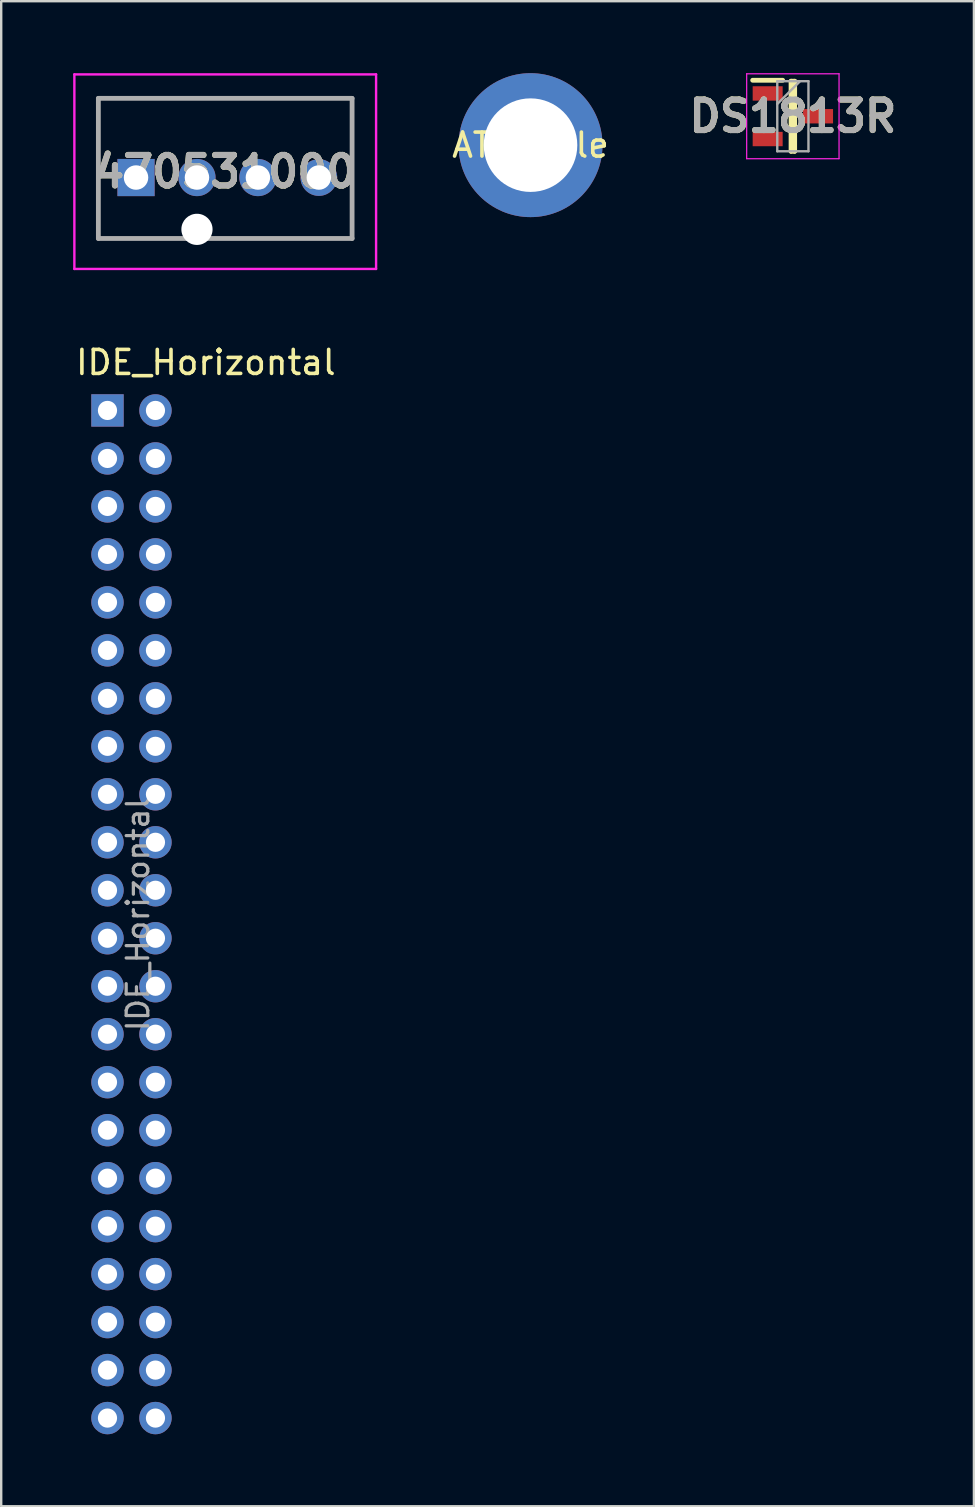
<source format=kicad_pcb>
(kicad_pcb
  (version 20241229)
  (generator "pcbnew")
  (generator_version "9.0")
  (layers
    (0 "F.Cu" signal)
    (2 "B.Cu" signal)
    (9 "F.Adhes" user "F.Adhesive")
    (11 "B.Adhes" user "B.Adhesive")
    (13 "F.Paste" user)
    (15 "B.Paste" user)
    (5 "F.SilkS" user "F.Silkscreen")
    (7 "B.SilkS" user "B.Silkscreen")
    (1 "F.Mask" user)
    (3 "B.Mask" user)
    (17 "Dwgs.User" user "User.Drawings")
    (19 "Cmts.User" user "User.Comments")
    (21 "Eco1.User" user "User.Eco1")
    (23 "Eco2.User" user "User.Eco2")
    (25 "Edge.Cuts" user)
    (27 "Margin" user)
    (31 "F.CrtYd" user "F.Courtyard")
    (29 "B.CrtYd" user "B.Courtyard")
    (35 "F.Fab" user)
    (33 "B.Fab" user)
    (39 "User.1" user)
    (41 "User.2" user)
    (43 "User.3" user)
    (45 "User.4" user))
  (footprint "IDE_Horizontal"
    (layer "F.Cu")
    (at 1.43 14.058)
    (property "Reference" "IDE_Horizontal" (at 4.1 -2 0) (layer "F.SilkS") (effects (font (size 1 1) (thickness 0.15))))
    (attr through_hole)
    (fp_text user "${REFERENCE}" (at 1.27 21 270) (layer "F.Fab") (effects (font (size 0.9 0.9) (thickness 0.135))))
    (pad "1" thru_hole rect (at 0 0) (size 1.35 1.35) (drill 0.8) (layers "*.Cu" "*.Mask"))
    (pad "2" thru_hole oval (at 2 0) (size 1.35 1.35) (drill 0.8) (layers "*.Cu" "*.Mask"))
    (pad "3" thru_hole oval (at 0 2) (size 1.35 1.35) (drill 0.8) (layers "*.Cu" "*.Mask"))
    (pad "4" thru_hole oval (at 2 2) (size 1.35 1.35) (drill 0.8) (layers "*.Cu" "*.Mask"))
    (pad "5" thru_hole oval (at 0 4) (size 1.35 1.35) (drill 0.8) (layers "*.Cu" "*.Mask"))
    (pad "6" thru_hole oval (at 2 4) (size 1.35 1.35) (drill 0.8) (layers "*.Cu" "*.Mask"))
    (pad "7" thru_hole oval (at 0 6) (size 1.35 1.35) (drill 0.8) (layers "*.Cu" "*.Mask"))
    (pad "8" thru_hole oval (at 2 6) (size 1.35 1.35) (drill 0.8) (layers "*.Cu" "*.Mask"))
    (pad "9" thru_hole oval (at 0 8) (size 1.35 1.35) (drill 0.8) (layers "*.Cu" "*.Mask"))
    (pad "10" thru_hole oval (at 2 8) (size 1.35 1.35) (drill 0.8) (layers "*.Cu" "*.Mask"))
    (pad "11" thru_hole oval (at 0 10) (size 1.35 1.35) (drill 0.8) (layers "*.Cu" "*.Mask"))
    (pad "12" thru_hole oval (at 2 10) (size 1.35 1.35) (drill 0.8) (layers "*.Cu" "*.Mask"))
    (pad "13" thru_hole oval (at 0 12) (size 1.35 1.35) (drill 0.8) (layers "*.Cu" "*.Mask"))
    (pad "14" thru_hole oval (at 2 12) (size 1.35 1.35) (drill 0.8) (layers "*.Cu" "*.Mask"))
    (pad "15" thru_hole oval (at 0 14) (size 1.35 1.35) (drill 0.8) (layers "*.Cu" "*.Mask"))
    (pad "16" thru_hole oval (at 2 14) (size 1.35 1.35) (drill 0.8) (layers "*.Cu" "*.Mask"))
    (pad "17" thru_hole oval (at 0 16) (size 1.35 1.35) (drill 0.8) (layers "*.Cu" "*.Mask"))
    (pad "18" thru_hole oval (at 2 16) (size 1.35 1.35) (drill 0.8) (layers "*.Cu" "*.Mask"))
    (pad "19" thru_hole oval (at 0 18) (size 1.35 1.35) (drill 0.8) (layers "*.Cu" "*.Mask"))
    (pad "20" thru_hole oval (at 2 18) (size 1.35 1.35) (drill 0.8) (layers "*.Cu" "*.Mask"))
    (pad "21" thru_hole oval (at 0 20) (size 1.35 1.35) (drill 0.8) (layers "*.Cu" "*.Mask"))
    (pad "22" thru_hole oval (at 2 20) (size 1.35 1.35) (drill 0.8) (layers "*.Cu" "*.Mask"))
    (pad "23" thru_hole oval (at 0 22) (size 1.35 1.35) (drill 0.8) (layers "*.Cu" "*.Mask"))
    (pad "24" thru_hole oval (at 2 22) (size 1.35 1.35) (drill 0.8) (layers "*.Cu" "*.Mask"))
    (pad "25" thru_hole oval (at 0 24) (size 1.35 1.35) (drill 0.8) (layers "*.Cu" "*.Mask"))
    (pad "26" thru_hole oval (at 2 24) (size 1.35 1.35) (drill 0.8) (layers "*.Cu" "*.Mask"))
    (pad "27" thru_hole oval (at 0 26) (size 1.35 1.35) (drill 0.8) (layers "*.Cu" "*.Mask"))
    (pad "28" thru_hole oval (at 2 26) (size 1.35 1.35) (drill 0.8) (layers "*.Cu" "*.Mask"))
    (pad "29" thru_hole oval (at 0 28) (size 1.35 1.35) (drill 0.8) (layers "*.Cu" "*.Mask"))
    (pad "30" thru_hole oval (at 2 28) (size 1.35 1.35) (drill 0.8) (layers "*.Cu" "*.Mask"))
    (pad "31" thru_hole oval (at 0 30) (size 1.35 1.35) (drill 0.8) (layers "*.Cu" "*.Mask"))
    (pad "32" thru_hole oval (at 2 30) (size 1.35 1.35) (drill 0.8) (layers "*.Cu" "*.Mask"))
    (pad "33" thru_hole oval (at 0 32) (size 1.35 1.35) (drill 0.8) (layers "*.Cu" "*.Mask"))
    (pad "34" thru_hole oval (at 2 32) (size 1.35 1.35) (drill 0.8) (layers "*.Cu" "*.Mask"))
    (pad "35" thru_hole oval (at 0 34) (size 1.35 1.35) (drill 0.8) (layers "*.Cu" "*.Mask"))
    (pad "36" thru_hole oval (at 2 34) (size 1.35 1.35) (drill 0.8) (layers "*.Cu" "*.Mask"))
    (pad "37" thru_hole oval (at 0 36) (size 1.35 1.35) (drill 0.8) (layers "*.Cu" "*.Mask"))
    (pad "38" thru_hole oval (at 2 36) (size 1.35 1.35) (drill 0.8) (layers "*.Cu" "*.Mask"))
    (pad "39" thru_hole oval (at 0 38) (size 1.35 1.35) (drill 0.8) (layers "*.Cu" "*.Mask"))
    (pad "40" thru_hole oval (at 2 38) (size 1.35 1.35) (drill 0.8) (layers "*.Cu" "*.Mask"))
    (pad "41" thru_hole oval (at 0 40) (size 1.35 1.35) (drill 0.8) (layers "*.Cu" "*.Mask"))
    (pad "42" thru_hole oval (at 2 40) (size 1.35 1.35) (drill 0.8) (layers "*.Cu" "*.Mask"))
    (pad "43" thru_hole oval (at 0 42) (size 1.35 1.35) (drill 0.8) (layers "*.Cu" "*.Mask"))
    (pad "44" thru_hole oval (at 2 42) (size 1.35 1.35) (drill 0.8) (layers "*.Cu" "*.Mask")))
  (footprint "ATX_hole"
    (layer "F.Cu")
    (at 19.063 3)
    (property "Reference" "ATX_hole" (at 0 0 0) (layer "F.SilkS") (effects (font (size 1 1) (thickness 0.15))))
    (attr through_hole)
    (pad "1" thru_hole circle (at 0 0) (size 6 6) (drill 3.9) (layers "*.Cu" "*.Mask")))
  (footprint "470531000"
    (layer "F.Cu")
    (at 10.24 4.35)
    (property "Reference" "470531000" (at -3.902 -0.245 0) (layer "F.SilkS") (effects (font (size 1.27 1.27) (thickness 0.254))))
    (attr through_hole)
    (fp_line (start -9.19 -3.3) (end 1.386 -3.3) (stroke (width 0.1) (type solid)) (layer "F.SilkS"))
    (fp_line (start -9.19 2.54) (end -9.19 -3.3) (stroke (width 0.1) (type solid)) (layer "F.SilkS"))
    (fp_line (start -9.19 2.54) (end -6.293 2.54) (stroke (width 0.1) (type solid)) (layer "F.SilkS"))
    (fp_line (start 1.386 -3.3) (end 1.386 2.54) (stroke (width 0.1) (type solid)) (layer "F.SilkS"))
    (fp_line (start 1.386 2.54) (end -3.902 2.54) (stroke (width 0.1) (type solid)) (layer "F.SilkS"))
    (fp_line (start -10.19 -4.3) (end 2.386 -4.3) (stroke (width 0.1) (type solid)) (layer "F.CrtYd"))
    (fp_line (start -10.19 3.81) (end -10.19 -4.3) (stroke (width 0.1) (type solid)) (layer "F.CrtYd"))
    (fp_line (start 2.386 -4.3) (end 2.386 3.81) (stroke (width 0.1) (type solid)) (layer "F.CrtYd"))
    (fp_line (start 2.386 3.81) (end -10.19 3.81) (stroke (width 0.1) (type solid)) (layer "F.CrtYd"))
    (fp_line (start -9.19 -3.3) (end 1.386 -3.3) (stroke (width 0.2) (type solid)) (layer "F.Fab"))
    (fp_line (start -9.19 2.54) (end -9.19 -3.3) (stroke (width 0.2) (type solid)) (layer "F.Fab"))
    (fp_line (start 1.386 -3.3) (end 1.386 2.54) (stroke (width 0.2) (type solid)) (layer "F.Fab"))
    (fp_line (start 1.386 2.54) (end -9.19 2.54) (stroke (width 0.2) (type solid)) (layer "F.Fab"))
    (fp_text user "${REFERENCE}" (at -3.902 -0.245 0) (layer "F.Fab") (effects (font (size 1.27 1.27) (thickness 0.254))))
    (pad "" np_thru_hole circle (at -5.08 2.16) (size 1.3 1.3) (drill 1.3) (layers "*.Cu" "*.Mask"))
    (pad "1" thru_hole rect (at -7.62 0) (size 1.55 1.55) (drill 1.02) (layers "*.Cu" "*.Mask"))
    (pad "2" thru_hole circle (at -5.08 0) (size 1.55 1.55) (drill 1.02) (layers "*.Cu" "*.Mask"))
    (pad "3" thru_hole circle (at -2.54 0) (size 1.55 1.55) (drill 1.02) (layers "*.Cu" "*.Mask"))
    (pad "4" thru_hole circle (at 0 0) (size 1.53 1.53) (drill 1.02) (layers "*.Cu" "*.Mask")))
  (footprint "DS1813R"
    (layer "F.Cu")
    (at 29.998 1.795)
    (property "Reference" "DS1813R" (at 0 0 0) (layer "F.SilkS") (effects (font (size 1.27 1.27) (thickness 0.254))))
    (attr smd)
    (fp_line (start -1.675 -1.5) (end -0.425 -1.5) (stroke (width 0.2) (type solid)) (layer "F.SilkS"))
    (fp_line (start -0.075 -1.46) (end 0.075 -1.46) (stroke (width 0.2) (type solid)) (layer "F.SilkS"))
    (fp_line (start -0.075 1.46) (end -0.075 -1.46) (stroke (width 0.2) (type solid)) (layer "F.SilkS"))
    (fp_line (start 0.075 -1.46) (end 0.075 1.46) (stroke (width 0.2) (type solid)) (layer "F.SilkS"))
    (fp_line (start 0.075 1.46) (end -0.075 1.46) (stroke (width 0.2) (type solid)) (layer "F.SilkS"))
    (fp_line (start -1.925 -1.77) (end 1.925 -1.77) (stroke (width 0.05) (type solid)) (layer "F.CrtYd"))
    (fp_line (start -1.925 1.77) (end -1.925 -1.77) (stroke (width 0.05) (type solid)) (layer "F.CrtYd"))
    (fp_line (start 1.925 -1.77) (end 1.925 1.77) (stroke (width 0.05) (type solid)) (layer "F.CrtYd"))
    (fp_line (start 1.925 1.77) (end -1.925 1.77) (stroke (width 0.05) (type solid)) (layer "F.CrtYd"))
    (fp_line (start -0.65 -1.46) (end 0.65 -1.46) (stroke (width 0.1) (type solid)) (layer "F.Fab"))
    (fp_line (start -0.65 -0.51) (end 0.3 -1.46) (stroke (width 0.1) (type solid)) (layer "F.Fab"))
    (fp_line (start -0.65 1.46) (end -0.65 -1.46) (stroke (width 0.1) (type solid)) (layer "F.Fab"))
    (fp_line (start 0.65 -1.46) (end 0.65 1.46) (stroke (width 0.1) (type solid)) (layer "F.Fab"))
    (fp_line (start 0.65 1.46) (end -0.65 1.46) (stroke (width 0.1) (type solid)) (layer "F.Fab"))
    (fp_text user "${REFERENCE}" (at 0 0 0) (layer "F.Fab") (effects (font (size 1.27 1.27) (thickness 0.254))))
    (pad "1" smd rect (at -1.05 -0.95 90) (size 0.6 1.25) (layers "F.Cu" "F.Mask" "F.Paste"))
    (pad "2" smd rect (at -1.05 0.95 90) (size 0.6 1.25) (layers "F.Cu" "F.Mask" "F.Paste"))
    (pad "3" smd rect (at 1.05 0 90) (size 0.6 1.25) (layers "F.Cu" "F.Mask" "F.Paste")))
  (gr_rect
    (start -3 -3)
    (end 37.545 59.733)
    (stroke (width 0.1) (type default))
    (fill no)
    (layer "Edge.Cuts")))
</source>
